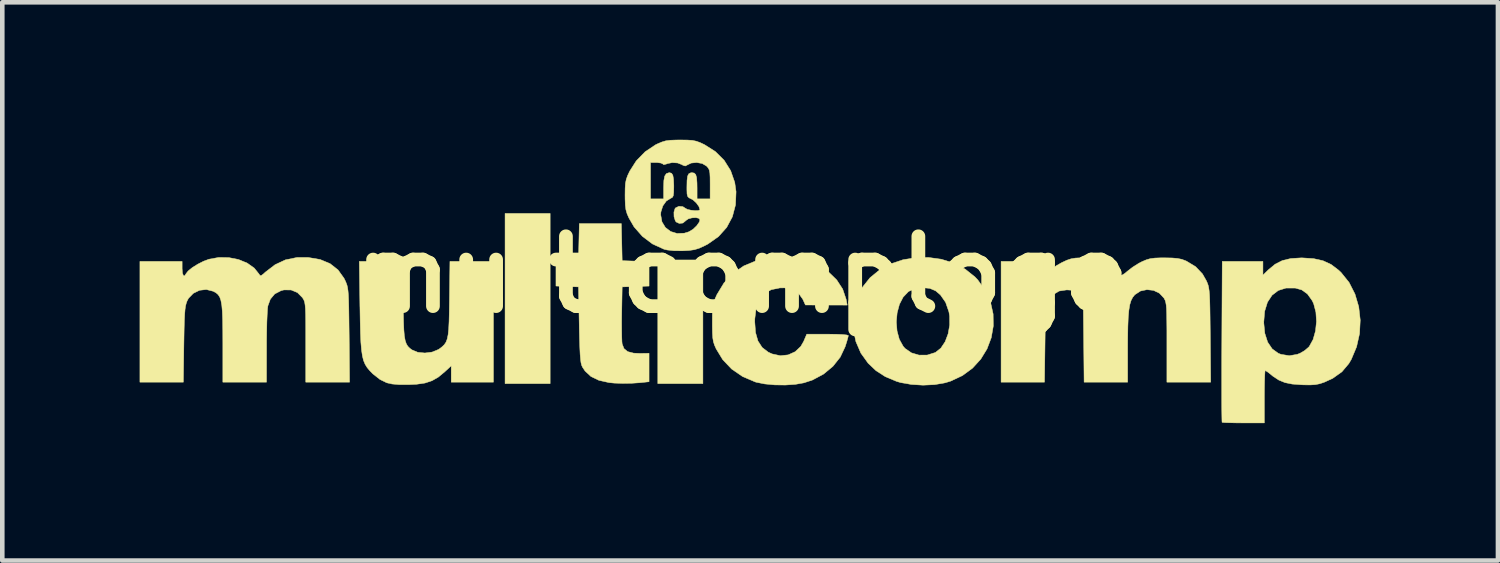
<source format=kicad_pcb>
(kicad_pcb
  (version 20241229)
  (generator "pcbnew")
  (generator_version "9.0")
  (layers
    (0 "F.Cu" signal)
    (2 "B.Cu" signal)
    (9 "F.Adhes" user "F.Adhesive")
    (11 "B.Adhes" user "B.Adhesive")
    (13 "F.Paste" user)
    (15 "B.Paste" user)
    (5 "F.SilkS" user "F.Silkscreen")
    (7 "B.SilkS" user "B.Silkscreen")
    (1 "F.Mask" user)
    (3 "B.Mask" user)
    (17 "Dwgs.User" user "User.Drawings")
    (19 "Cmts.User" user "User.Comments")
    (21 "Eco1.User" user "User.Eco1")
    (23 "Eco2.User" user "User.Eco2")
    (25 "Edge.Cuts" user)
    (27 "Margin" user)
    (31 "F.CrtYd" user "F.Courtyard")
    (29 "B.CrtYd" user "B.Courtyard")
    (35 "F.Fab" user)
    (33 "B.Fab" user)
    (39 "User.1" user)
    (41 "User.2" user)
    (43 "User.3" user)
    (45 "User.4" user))
  (footprint "multicomplogo"
    (layer "F.Cu")
    (at 13.149 2.942)
    (property "Reference" "multicomplogo" (at 0 0 0) (layer "F.SilkS") (effects (font (size 1.524 1.524) (thickness 0.3))))
    (attr through_hole)
    (fp_poly (pts (xy -4.191 2.381) (xy -5.175 2.381) (xy -5.175 -1.333) (xy -4.191 -1.333) (xy -4.191 2.381)) (stroke (width 0.01) (type solid)) (fill yes) (layer "F.SilkS"))
    (fp_poly (pts (xy -0.857 2.381) (xy -1.841 2.381) (xy -1.841 -0.318) (xy -0.857 -0.318) (xy -0.857 2.381)) (stroke (width 0.01) (type solid)) (fill yes) (layer "F.SilkS"))
    (fp_poly (pts (xy -2.628 -0.706) (xy -2.619 -0.302) (xy -2.326 -0.292) (xy -2.032 -0.283) (xy -2.032 0.252) (xy -2.326 0.261) (xy -2.619 0.27) (xy -2.629 0.841) (xy -2.631 1.033) (xy -2.63 1.21) (xy -2.628 1.358) (xy -2.624 1.466) (xy -2.619 1.516) (xy -2.579 1.617) (xy -2.498 1.683) (xy -2.37 1.716) (xy -2.236 1.722) (xy -2.032 1.719) (xy -2.032 2.34) (xy -2.227 2.361) (xy -2.408 2.373) (xy -2.606 2.376) (xy -2.791 2.37) (xy -2.905 2.359) (xy -3.127 2.309) (xy -3.3 2.226) (xy -3.429 2.106) (xy -3.486 2.02) (xy -3.503 1.981) (xy -3.517 1.927) (xy -3.527 1.851) (xy -3.536 1.746) (xy -3.543 1.602) (xy -3.549 1.412) (xy -3.555 1.169) (xy -3.556 1.095) (xy -3.572 0.27) (xy -3.818 0.261) (xy -4.064 0.251) (xy -4.064 -0.283) (xy -3.818 -0.292) (xy -3.572 -0.302) (xy -3.563 -0.706) (xy -3.554 -1.111) (xy -2.637 -1.111) (xy -2.628 -0.706)) (stroke (width 0.01) (type solid)) (fill yes) (layer "F.SilkS"))
    (fp_poly (pts (xy -7.877 -0.286) (xy -7.398 -0.286) (xy -7.396 0.532) (xy -7.395 0.81) (xy -7.391 1.033) (xy -7.384 1.207) (xy -7.373 1.34) (xy -7.355 1.44) (xy -7.33 1.513) (xy -7.297 1.567) (xy -7.254 1.61) (xy -7.207 1.645) (xy -7.08 1.698) (xy -6.925 1.713) (xy -6.767 1.693) (xy -6.629 1.636) (xy -6.61 1.624) (xy -6.55 1.578) (xy -6.502 1.532) (xy -6.465 1.478) (xy -6.438 1.408) (xy -6.418 1.313) (xy -6.405 1.187) (xy -6.397 1.022) (xy -6.392 0.808) (xy -6.388 0.539) (xy -6.388 0.532) (xy -6.378 -0.286) (xy -5.429 -0.286) (xy -5.429 2.349) (xy -6.35 2.349) (xy -6.35 1.992) (xy -6.495 2.126) (xy -6.633 2.24) (xy -6.77 2.318) (xy -6.921 2.368) (xy -7.105 2.395) (xy -7.271 2.403) (xy -7.483 2.403) (xy -7.645 2.389) (xy -7.757 2.363) (xy -7.906 2.29) (xy -8.057 2.171) (xy -8.063 2.166) (xy -8.13 2.097) (xy -8.185 2.031) (xy -8.229 1.96) (xy -8.264 1.877) (xy -8.289 1.775) (xy -8.308 1.645) (xy -8.322 1.482) (xy -8.331 1.278) (xy -8.337 1.025) (xy -8.342 0.716) (xy -8.343 0.691) (xy -8.356 -0.286) (xy -7.877 -0.286)) (stroke (width 0.01) (type solid)) (fill yes) (layer "F.SilkS"))
    (fp_poly (pts (xy 4.353 -0.332) (xy 4.621 -0.248) (xy 4.867 -0.119) (xy 5.084 0.055) (xy 5.144 0.119) (xy 5.311 0.352) (xy 5.421 0.603) (xy 5.478 0.862) (xy 5.482 1.123) (xy 5.437 1.38) (xy 5.345 1.623) (xy 5.208 1.847) (xy 5.028 2.044) (xy 4.808 2.206) (xy 4.55 2.327) (xy 4.428 2.364) (xy 4.202 2.403) (xy 3.949 2.415) (xy 3.692 2.399) (xy 3.458 2.358) (xy 3.37 2.332) (xy 3.124 2.229) (xy 2.921 2.098) (xy 2.749 1.935) (xy 2.591 1.715) (xy 2.483 1.465) (xy 2.425 1.196) (xy 2.421 1.034) (xy 3.365 1.034) (xy 3.381 1.232) (xy 3.43 1.414) (xy 3.514 1.566) (xy 3.556 1.614) (xy 3.695 1.71) (xy 3.861 1.759) (xy 4.039 1.758) (xy 4.211 1.704) (xy 4.223 1.698) (xy 4.338 1.606) (xy 4.431 1.466) (xy 4.496 1.294) (xy 4.53 1.102) (xy 4.528 0.906) (xy 4.513 0.815) (xy 4.441 0.607) (xy 4.328 0.445) (xy 4.222 0.355) (xy 4.095 0.302) (xy 3.941 0.287) (xy 3.783 0.307) (xy 3.646 0.363) (xy 3.625 0.377) (xy 3.514 0.493) (xy 3.433 0.65) (xy 3.383 0.836) (xy 3.365 1.034) (xy 2.421 1.034) (xy 2.418 0.92) (xy 2.463 0.646) (xy 2.562 0.388) (xy 2.622 0.282) (xy 2.792 0.069) (xy 3.002 -0.103) (xy 3.245 -0.233) (xy 3.509 -0.322) (xy 3.788 -0.369) (xy 4.072 -0.372) (xy 4.353 -0.332)) (stroke (width 0.01) (type solid)) (fill yes) (layer "F.SilkS"))
    (fp_poly (pts (xy 1.114 -0.357) (xy 1.404 -0.297) (xy 1.664 -0.194) (xy 1.886 -0.055) (xy 2.064 0.118) (xy 2.194 0.318) (xy 2.27 0.542) (xy 2.271 0.549) (xy 2.293 0.667) (xy 1.837 0.666) (xy 1.381 0.665) (xy 1.323 0.538) (xy 1.23 0.408) (xy 1.097 0.326) (xy 0.924 0.291) (xy 0.823 0.292) (xy 0.633 0.331) (xy 0.483 0.418) (xy 0.374 0.552) (xy 0.305 0.736) (xy 0.276 0.968) (xy 0.275 1.032) (xy 0.292 1.266) (xy 0.345 1.451) (xy 0.437 1.593) (xy 0.57 1.695) (xy 0.654 1.733) (xy 0.833 1.772) (xy 1.004 1.754) (xy 1.157 1.685) (xy 1.28 1.569) (xy 1.343 1.459) (xy 1.41 1.302) (xy 1.864 1.302) (xy 2.046 1.304) (xy 2.187 1.31) (xy 2.28 1.319) (xy 2.317 1.331) (xy 2.318 1.333) (xy 2.308 1.377) (xy 2.284 1.463) (xy 2.249 1.572) (xy 2.248 1.576) (xy 2.141 1.803) (xy 1.981 2.004) (xy 1.777 2.173) (xy 1.536 2.302) (xy 1.348 2.364) (xy 1.162 2.397) (xy 0.942 2.412) (xy 0.71 2.409) (xy 0.491 2.388) (xy 0.307 2.351) (xy 0.287 2.345) (xy 0.01 2.227) (xy -0.229 2.063) (xy -0.424 1.858) (xy -0.567 1.623) (xy -0.603 1.542) (xy -0.627 1.468) (xy -0.641 1.385) (xy -0.648 1.277) (xy -0.651 1.129) (xy -0.651 1.048) (xy -0.65 0.88) (xy -0.646 0.759) (xy -0.635 0.668) (xy -0.616 0.592) (xy -0.584 0.512) (xy -0.55 0.437) (xy -0.397 0.184) (xy -0.201 -0.025) (xy 0.034 -0.187) (xy 0.304 -0.3) (xy 0.606 -0.363) (xy 0.934 -0.373) (xy 1.114 -0.357)) (stroke (width 0.01) (type solid)) (fill yes) (layer "F.SilkS"))
    (fp_poly (pts (xy 12.224 -0.363) (xy 12.473 -0.347) (xy 12.679 -0.301) (xy 12.856 -0.219) (xy 13.019 -0.095) (xy 13.073 -0.044) (xy 13.248 0.174) (xy 13.376 0.426) (xy 13.458 0.703) (xy 13.491 0.994) (xy 13.476 1.289) (xy 13.411 1.578) (xy 13.296 1.852) (xy 13.241 1.945) (xy 13.091 2.123) (xy 12.889 2.267) (xy 12.705 2.351) (xy 12.606 2.384) (xy 12.511 2.403) (xy 12.398 2.41) (xy 12.248 2.408) (xy 12.208 2.406) (xy 12.006 2.391) (xy 11.848 2.359) (xy 11.714 2.304) (xy 11.586 2.22) (xy 11.533 2.176) (xy 11.467 2.125) (xy 11.423 2.097) (xy 11.417 2.095) (xy 11.411 2.126) (xy 11.406 2.209) (xy 11.402 2.336) (xy 11.399 2.497) (xy 11.398 2.667) (xy 11.398 3.239) (xy 10.943 3.239) (xy 10.78 3.238) (xy 10.641 3.235) (xy 10.537 3.232) (xy 10.481 3.227) (xy 10.475 3.225) (xy 10.473 3.192) (xy 10.471 3.101) (xy 10.469 2.958) (xy 10.468 2.769) (xy 10.468 2.539) (xy 10.468 2.275) (xy 10.468 1.983) (xy 10.469 1.667) (xy 10.47 1.463) (xy 10.472 1.042) (xy 11.385 1.042) (xy 11.385 1.048) (xy 11.408 1.283) (xy 11.47 1.476) (xy 11.569 1.623) (xy 11.703 1.72) (xy 11.763 1.743) (xy 11.944 1.772) (xy 12.115 1.743) (xy 12.179 1.718) (xy 12.278 1.66) (xy 12.362 1.588) (xy 12.378 1.571) (xy 12.462 1.419) (xy 12.515 1.231) (xy 12.536 1.026) (xy 12.523 0.822) (xy 12.475 0.639) (xy 12.443 0.57) (xy 12.339 0.425) (xy 12.216 0.336) (xy 12.072 0.295) (xy 11.872 0.295) (xy 11.702 0.348) (xy 11.566 0.452) (xy 11.466 0.604) (xy 11.405 0.802) (xy 11.385 1.042) (xy 10.472 1.042) (xy 10.479 -0.286) (xy 11.367 -0.286) (xy 11.367 0.013) (xy 11.486 -0.103) (xy 11.633 -0.225) (xy 11.791 -0.305) (xy 11.975 -0.349) (xy 12.2 -0.363) (xy 12.224 -0.363)) (stroke (width 0.01) (type solid)) (fill yes) (layer "F.SilkS"))
    (fp_poly (pts (xy -11.202 -0.369) (xy -10.992 -0.327) (xy -10.804 -0.25) (xy -10.65 -0.141) (xy -10.548 -0.014) (xy -10.524 0.021) (xy -10.496 0.022) (xy -10.448 -0.014) (xy -10.408 -0.051) (xy -10.194 -0.215) (xy -9.967 -0.321) (xy -9.716 -0.372) (xy -9.472 -0.372) (xy -9.212 -0.328) (xy -8.995 -0.238) (xy -8.821 -0.101) (xy -8.69 0.082) (xy -8.662 0.139) (xy -8.642 0.186) (xy -8.625 0.233) (xy -8.613 0.286) (xy -8.603 0.354) (xy -8.595 0.445) (xy -8.59 0.565) (xy -8.586 0.722) (xy -8.583 0.924) (xy -8.58 1.178) (xy -8.578 1.326) (xy -8.569 2.349) (xy -9.525 2.349) (xy -9.525 1.481) (xy -9.525 1.223) (xy -9.526 1.021) (xy -9.528 0.867) (xy -9.532 0.753) (xy -9.539 0.67) (xy -9.548 0.611) (xy -9.561 0.569) (xy -9.579 0.534) (xy -9.597 0.505) (xy -9.707 0.394) (xy -9.845 0.337) (xy -10.001 0.336) (xy -10.064 0.352) (xy -10.203 0.424) (xy -10.298 0.538) (xy -10.352 0.685) (xy -10.36 0.752) (xy -10.367 0.871) (xy -10.374 1.033) (xy -10.378 1.226) (xy -10.381 1.441) (xy -10.381 1.58) (xy -10.382 2.349) (xy -11.335 2.349) (xy -11.335 1.509) (xy -11.336 1.222) (xy -11.339 0.991) (xy -11.346 0.809) (xy -11.358 0.671) (xy -11.377 0.567) (xy -11.403 0.492) (xy -11.439 0.438) (xy -11.484 0.399) (xy -11.542 0.367) (xy -11.547 0.365) (xy -11.695 0.327) (xy -11.844 0.344) (xy -11.979 0.41) (xy -12.084 0.518) (xy -12.116 0.578) (xy -12.134 0.628) (xy -12.149 0.687) (xy -12.16 0.764) (xy -12.168 0.867) (xy -12.175 1.005) (xy -12.18 1.185) (xy -12.184 1.418) (xy -12.186 1.532) (xy -12.197 2.349) (xy -13.145 2.349) (xy -13.145 -0.286) (xy -12.224 -0.286) (xy -12.224 -0.127) (xy -12.216 -0.029) (xy -12.195 0.025) (xy -12.167 0.029) (xy -12.14 -0.016) (xy -12.093 -0.077) (xy -12.002 -0.151) (xy -11.884 -0.225) (xy -11.756 -0.29) (xy -11.638 -0.334) (xy -11.422 -0.373) (xy -11.202 -0.369)) (stroke (width 0.01) (type solid)) (fill yes) (layer "F.SilkS"))
    (fp_poly (pts (xy 7.625 -0.362) (xy 7.734 -0.352) (xy 7.824 -0.328) (xy 7.919 -0.288) (xy 7.945 -0.276) (xy 8.1 -0.183) (xy 8.211 -0.081) (xy 8.264 0.01) (xy 8.292 0.013) (xy 8.355 -0.026) (xy 8.413 -0.075) (xy 8.523 -0.16) (xy 8.654 -0.243) (xy 8.727 -0.281) (xy 8.821 -0.321) (xy 8.907 -0.346) (xy 9.007 -0.359) (xy 9.139 -0.364) (xy 9.223 -0.364) (xy 9.386 -0.361) (xy 9.504 -0.351) (xy 9.598 -0.331) (xy 9.688 -0.297) (xy 9.7 -0.291) (xy 9.897 -0.172) (xy 10.047 -0.014) (xy 10.134 0.139) (xy 10.154 0.186) (xy 10.171 0.233) (xy 10.183 0.286) (xy 10.193 0.354) (xy 10.201 0.445) (xy 10.206 0.565) (xy 10.21 0.722) (xy 10.213 0.924) (xy 10.216 1.178) (xy 10.218 1.326) (xy 10.227 2.349) (xy 9.271 2.349) (xy 9.271 1.484) (xy 9.271 1.226) (xy 9.269 1.023) (xy 9.267 0.868) (xy 9.263 0.752) (xy 9.256 0.668) (xy 9.246 0.609) (xy 9.233 0.565) (xy 9.215 0.529) (xy 9.207 0.514) (xy 9.108 0.408) (xy 8.979 0.346) (xy 8.835 0.33) (xy 8.694 0.36) (xy 8.572 0.44) (xy 8.57 0.442) (xy 8.525 0.497) (xy 8.489 0.567) (xy 8.461 0.658) (xy 8.441 0.779) (xy 8.427 0.936) (xy 8.419 1.137) (xy 8.415 1.389) (xy 8.414 1.605) (xy 8.414 2.349) (xy 7.464 2.349) (xy 7.455 1.445) (xy 7.445 0.541) (xy 7.342 0.437) (xy 7.268 0.373) (xy 7.197 0.343) (xy 7.1 0.336) (xy 7.079 0.336) (xy 6.92 0.36) (xy 6.797 0.433) (xy 6.699 0.559) (xy 6.683 0.589) (xy 6.664 0.633) (xy 6.648 0.682) (xy 6.637 0.745) (xy 6.628 0.831) (xy 6.621 0.948) (xy 6.617 1.104) (xy 6.613 1.308) (xy 6.61 1.532) (xy 6.599 2.349) (xy 5.652 2.349) (xy 5.652 -0.286) (xy 6.572 -0.286) (xy 6.572 -0.127) (xy 6.577 -0.036) (xy 6.589 0.021) (xy 6.598 0.032) (xy 6.632 0.009) (xy 6.683 -0.048) (xy 6.692 -0.061) (xy 6.755 -0.122) (xy 6.856 -0.192) (xy 6.972 -0.258) (xy 6.976 -0.26) (xy 7.087 -0.312) (xy 7.179 -0.343) (xy 7.274 -0.359) (xy 7.397 -0.365) (xy 7.477 -0.365) (xy 7.625 -0.362)) (stroke (width 0.01) (type solid)) (fill yes) (layer "F.SilkS"))
    (fp_poly (pts (xy -1.197 -2.935) (xy -1.088 -2.928) (xy -1.002 -2.91) (xy -0.916 -2.879) (xy -0.821 -2.834) (xy -0.585 -2.684) (xy -0.393 -2.493) (xy -0.251 -2.267) (xy -0.162 -2.012) (xy -0.133 -1.808) (xy -0.145 -1.52) (xy -0.214 -1.259) (xy -0.338 -1.028) (xy -0.516 -0.829) (xy -0.746 -0.667) (xy -0.82 -0.628) (xy -0.938 -0.574) (xy -1.043 -0.542) (xy -1.161 -0.525) (xy -1.298 -0.518) (xy -1.485 -0.519) (xy -1.638 -0.536) (xy -1.705 -0.552) (xy -1.955 -0.666) (xy -2.176 -0.832) (xy -2.359 -1.04) (xy -2.471 -1.233) (xy -2.512 -1.327) (xy -2.537 -1.413) (xy -2.55 -1.512) (xy -2.555 -1.644) (xy -2.556 -1.731) (xy -2.554 -1.883) (xy -2.547 -1.991) (xy -2.529 -2.078) (xy -2.498 -2.164) (xy -2.453 -2.258) (xy -2.334 -2.445) (xy -2 -2.445) (xy -2 -1.651) (xy -1.714 -1.651) (xy -1.714 -1.899) (xy -1.709 -2.051) (xy -1.69 -2.149) (xy -1.654 -2.203) (xy -1.597 -2.222) (xy -1.585 -2.223) (xy -1.541 -2.21) (xy -1.513 -2.167) (xy -1.498 -2.082) (xy -1.492 -1.947) (xy -1.492 -1.905) (xy -1.495 -1.787) (xy -1.504 -1.718) (xy -1.525 -1.682) (xy -1.554 -1.667) (xy -1.655 -1.605) (xy -1.732 -1.497) (xy -1.774 -1.364) (xy -1.778 -1.304) (xy -1.75 -1.149) (xy -1.675 -1.026) (xy -1.561 -0.939) (xy -1.421 -0.896) (xy -1.263 -0.902) (xy -1.163 -0.933) (xy -1.073 -0.987) (xy -0.992 -1.064) (xy -0.936 -1.144) (xy -0.921 -1.195) (xy -0.947 -1.228) (xy -1.012 -1.242) (xy -1.095 -1.237) (xy -1.174 -1.216) (xy -1.227 -1.18) (xy -1.231 -1.175) (xy -1.293 -1.124) (xy -1.372 -1.115) (xy -1.44 -1.147) (xy -1.459 -1.173) (xy -1.487 -1.263) (xy -1.489 -1.362) (xy -1.465 -1.44) (xy -1.454 -1.454) (xy -1.381 -1.489) (xy -1.295 -1.482) (xy -1.238 -1.445) (xy -1.194 -1.421) (xy -1.118 -1.404) (xy -1.033 -1.395) (xy -0.96 -1.396) (xy -0.922 -1.41) (xy -0.921 -1.414) (xy -0.944 -1.485) (xy -1.002 -1.565) (xy -1.075 -1.631) (xy -1.11 -1.65) (xy -1.161 -1.675) (xy -1.19 -1.706) (xy -1.203 -1.76) (xy -1.206 -1.854) (xy -1.206 -1.906) (xy -1.203 -2.053) (xy -1.191 -2.147) (xy -1.165 -2.199) (xy -1.123 -2.22) (xy -1.095 -2.223) (xy -1.045 -2.214) (xy -1.013 -2.181) (xy -0.994 -2.113) (xy -0.986 -2) (xy -0.984 -1.887) (xy -0.984 -1.651) (xy -0.699 -1.651) (xy -0.699 -1.97) (xy -0.7 -2.117) (xy -0.705 -2.216) (xy -0.717 -2.28) (xy -0.74 -2.325) (xy -0.775 -2.365) (xy -0.776 -2.367) (xy -0.871 -2.423) (xy -0.992 -2.445) (xy -1.112 -2.433) (xy -1.187 -2.397) (xy -1.241 -2.369) (xy -1.291 -2.384) (xy -1.313 -2.398) (xy -1.408 -2.435) (xy -1.526 -2.443) (xy -1.633 -2.421) (xy -1.651 -2.413) (xy -1.712 -2.398) (xy -1.73 -2.413) (xy -1.772 -2.433) (xy -1.851 -2.444) (xy -1.875 -2.445) (xy -2 -2.445) (xy -2.334 -2.445) (xy -2.308 -2.484) (xy -2.117 -2.68) (xy -1.893 -2.83) (xy -1.848 -2.852) (xy -1.754 -2.892) (xy -1.668 -2.918) (xy -1.569 -2.931) (xy -1.438 -2.936) (xy -1.349 -2.937) (xy -1.197 -2.935)) (stroke (width 0.01) (type solid)) (fill yes) (layer "F.SilkS")))
  (gr_rect
    (start -3 -3)
    (end 29.646 9.185)
    (stroke (width 0.1) (type default))
    (fill no)
    (layer "Edge.Cuts")))
</source>
